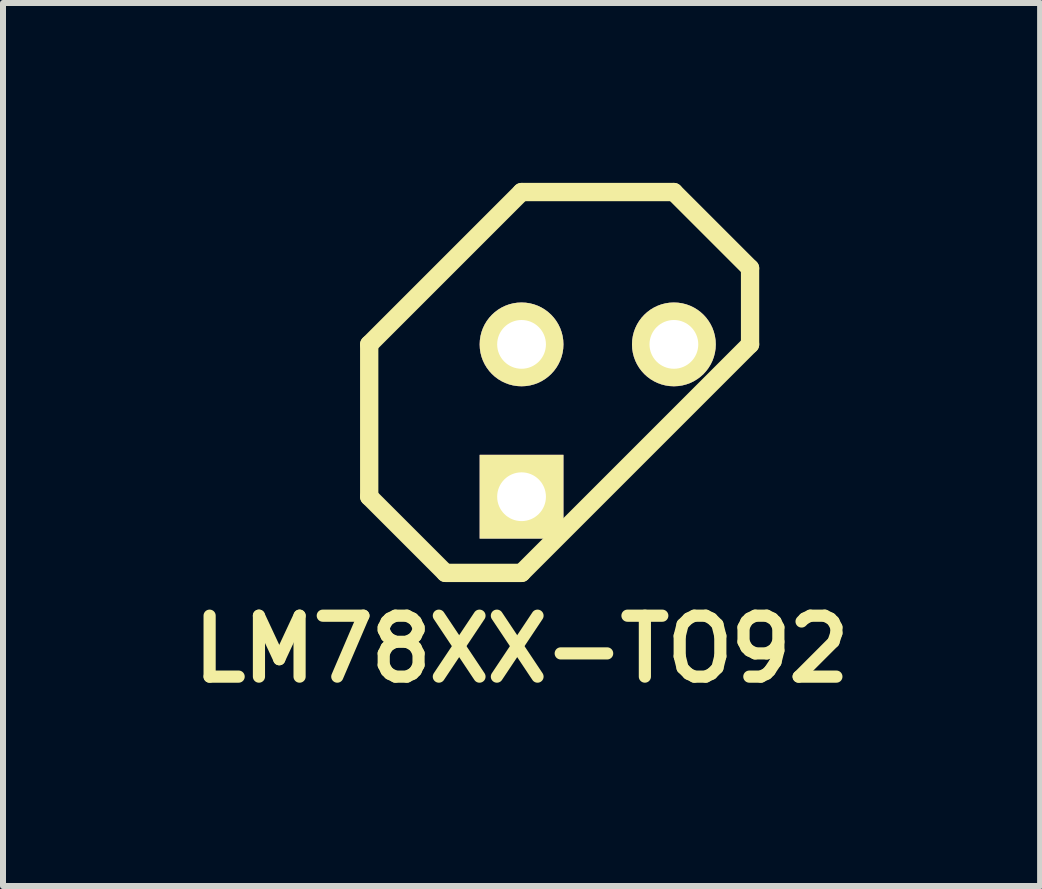
<source format=kicad_pcb>
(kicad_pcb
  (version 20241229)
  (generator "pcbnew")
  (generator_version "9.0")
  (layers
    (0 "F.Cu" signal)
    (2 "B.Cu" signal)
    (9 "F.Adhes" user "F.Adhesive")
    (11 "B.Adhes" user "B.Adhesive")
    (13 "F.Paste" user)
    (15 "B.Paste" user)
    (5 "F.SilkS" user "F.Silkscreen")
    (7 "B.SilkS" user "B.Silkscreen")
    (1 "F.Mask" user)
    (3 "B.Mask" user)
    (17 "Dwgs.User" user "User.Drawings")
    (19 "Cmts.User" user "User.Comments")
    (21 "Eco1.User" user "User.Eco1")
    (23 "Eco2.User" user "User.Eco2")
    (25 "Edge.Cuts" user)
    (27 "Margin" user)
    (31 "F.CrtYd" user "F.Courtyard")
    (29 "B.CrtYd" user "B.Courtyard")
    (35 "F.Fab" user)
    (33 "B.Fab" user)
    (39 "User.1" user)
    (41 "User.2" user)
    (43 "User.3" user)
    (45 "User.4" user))
  (footprint "LM78XX-TO92"
    (layer "F.Cu")
    (at 6.916 3.962)
    (property "Reference" "LM78XX-TO92" (at -1.27 3.81 0) (layer "F.SilkS") (effects (font (size 1.016 1.016) (thickness 0.203))))
    (attr through_hole)
    (fp_line (start -3.81 -1.27) (end -3.81 1.27) (stroke (width 0.305) (type solid)) (layer "F.SilkS"))
    (fp_line (start -3.81 1.27) (end -2.54 2.54) (stroke (width 0.305) (type solid)) (layer "F.SilkS"))
    (fp_line (start -2.54 2.54) (end -1.27 2.54) (stroke (width 0.305) (type solid)) (layer "F.SilkS"))
    (fp_line (start -1.27 -3.81) (end -3.81 -1.27) (stroke (width 0.305) (type solid)) (layer "F.SilkS"))
    (fp_line (start -1.27 2.54) (end 2.54 -1.27) (stroke (width 0.305) (type solid)) (layer "F.SilkS"))
    (fp_line (start 1.27 -3.81) (end -1.27 -3.81) (stroke (width 0.305) (type solid)) (layer "F.SilkS"))
    (fp_line (start 2.54 -2.54) (end 1.27 -3.81) (stroke (width 0.305) (type solid)) (layer "F.SilkS"))
    (fp_line (start 2.54 -1.27) (end 2.54 -2.54) (stroke (width 0.305) (type solid)) (layer "F.SilkS"))
    (pad "GND" thru_hole circle (at -1.27 -1.27) (size 1.397 1.397) (drill 0.813) (layers "*.Cu" "*.Mask" "F.SilkS"))
    (pad "VI" thru_hole rect (at -1.27 1.27) (size 1.397 1.397) (drill 0.813) (layers "*.Cu" "*.Mask" "F.SilkS"))
    (pad "VO" thru_hole circle (at 1.27 -1.27) (size 1.397 1.397) (drill 0.813) (layers "*.Cu" "*.Mask" "F.SilkS")))
  (gr_rect
    (start -3 -3)
    (end 14.292 11.723)
    (stroke (width 0.1) (type default))
    (fill no)
    (layer "Edge.Cuts")))
</source>
